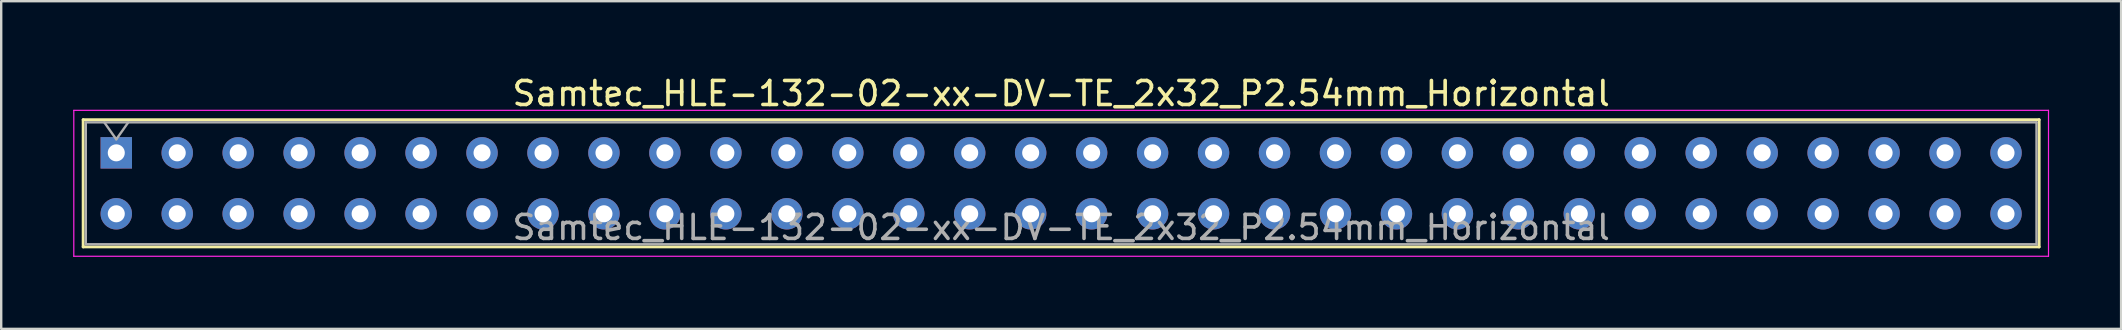
<source format=kicad_pcb>
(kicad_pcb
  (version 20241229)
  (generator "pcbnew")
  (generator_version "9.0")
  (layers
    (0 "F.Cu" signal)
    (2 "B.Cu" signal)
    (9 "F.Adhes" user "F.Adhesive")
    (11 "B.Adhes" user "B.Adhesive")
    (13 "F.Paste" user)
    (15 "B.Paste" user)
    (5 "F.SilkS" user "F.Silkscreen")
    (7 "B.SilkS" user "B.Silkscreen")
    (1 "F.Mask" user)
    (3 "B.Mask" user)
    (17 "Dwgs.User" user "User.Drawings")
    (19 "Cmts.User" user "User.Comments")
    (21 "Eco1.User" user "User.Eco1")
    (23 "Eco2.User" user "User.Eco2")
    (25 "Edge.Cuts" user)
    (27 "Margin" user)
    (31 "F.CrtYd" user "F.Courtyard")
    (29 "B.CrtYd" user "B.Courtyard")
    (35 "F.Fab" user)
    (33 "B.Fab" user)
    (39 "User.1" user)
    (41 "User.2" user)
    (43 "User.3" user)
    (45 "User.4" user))
  (footprint "Samtec_HLE-132-02-xx-DV-TE_2x32_P2.54mm_Horizontal"
    (layer "F.Cu")
    (at 1.795 3.318)
    (property "Reference" "Samtec_HLE-132-02-xx-DV-TE_2x32_P2.54mm_Horizontal" (at 39.37 -2.47 0) (layer "F.SilkS") (effects (font (size 1 1) (thickness 0.15))))
    (attr through_hole)
    (fp_line (start -1.38 -1.38) (end 80.12 -1.38) (stroke (width 0.12) (type solid)) (layer "F.SilkS"))
    (fp_line (start -1.38 3.92) (end -1.38 -1.38) (stroke (width 0.12) (type solid)) (layer "F.SilkS"))
    (fp_line (start 80.12 -1.38) (end 80.12 3.92) (stroke (width 0.12) (type solid)) (layer "F.SilkS"))
    (fp_line (start 80.12 3.92) (end -1.38 3.92) (stroke (width 0.12) (type solid)) (layer "F.SilkS"))
    (fp_line (start -1.77 -1.77) (end 80.51 -1.77) (stroke (width 0.05) (type solid)) (layer "F.CrtYd"))
    (fp_line (start -1.77 4.31) (end -1.77 -1.77) (stroke (width 0.05) (type solid)) (layer "F.CrtYd"))
    (fp_line (start 80.51 -1.77) (end 80.51 4.31) (stroke (width 0.05) (type solid)) (layer "F.CrtYd"))
    (fp_line (start 80.51 4.31) (end -1.77 4.31) (stroke (width 0.05) (type solid)) (layer "F.CrtYd"))
    (fp_line (start -1.27 -1.27) (end 80.01 -1.27) (stroke (width 0.1) (type solid)) (layer "F.Fab"))
    (fp_line (start -1.27 3.81) (end -1.27 -1.27) (stroke (width 0.1) (type solid)) (layer "F.Fab"))
    (fp_line (start -0.5 -1.27) (end 0 -0.563) (stroke (width 0.1) (type solid)) (layer "F.Fab"))
    (fp_line (start 0 -0.563) (end 0.5 -1.27) (stroke (width 0.1) (type solid)) (layer "F.Fab"))
    (fp_line (start 80.01 -1.27) (end 80.01 3.81) (stroke (width 0.1) (type solid)) (layer "F.Fab"))
    (fp_line (start 80.01 3.81) (end -1.27 3.81) (stroke (width 0.1) (type solid)) (layer "F.Fab"))
    (fp_text user "${REFERENCE}" (at 39.37 3.11 0) (layer "F.Fab") (effects (font (size 1 1) (thickness 0.15))))
    (pad "1" thru_hole rect (at 0 0) (size 1.31 1.31) (drill 0.71) (layers "*.Cu" "*.Mask"))
    (pad "2" thru_hole circle (at 0 2.54) (size 1.31 1.31) (drill 0.71) (layers "*.Cu" "*.Mask"))
    (pad "3" thru_hole circle (at 2.54 0) (size 1.31 1.31) (drill 0.71) (layers "*.Cu" "*.Mask"))
    (pad "4" thru_hole circle (at 2.54 2.54) (size 1.31 1.31) (drill 0.71) (layers "*.Cu" "*.Mask"))
    (pad "5" thru_hole circle (at 5.08 0) (size 1.31 1.31) (drill 0.71) (layers "*.Cu" "*.Mask"))
    (pad "6" thru_hole circle (at 5.08 2.54) (size 1.31 1.31) (drill 0.71) (layers "*.Cu" "*.Mask"))
    (pad "7" thru_hole circle (at 7.62 0) (size 1.31 1.31) (drill 0.71) (layers "*.Cu" "*.Mask"))
    (pad "8" thru_hole circle (at 7.62 2.54) (size 1.31 1.31) (drill 0.71) (layers "*.Cu" "*.Mask"))
    (pad "9" thru_hole circle (at 10.16 0) (size 1.31 1.31) (drill 0.71) (layers "*.Cu" "*.Mask"))
    (pad "10" thru_hole circle (at 10.16 2.54) (size 1.31 1.31) (drill 0.71) (layers "*.Cu" "*.Mask"))
    (pad "11" thru_hole circle (at 12.7 0) (size 1.31 1.31) (drill 0.71) (layers "*.Cu" "*.Mask"))
    (pad "12" thru_hole circle (at 12.7 2.54) (size 1.31 1.31) (drill 0.71) (layers "*.Cu" "*.Mask"))
    (pad "13" thru_hole circle (at 15.24 0) (size 1.31 1.31) (drill 0.71) (layers "*.Cu" "*.Mask"))
    (pad "14" thru_hole circle (at 15.24 2.54) (size 1.31 1.31) (drill 0.71) (layers "*.Cu" "*.Mask"))
    (pad "15" thru_hole circle (at 17.78 0) (size 1.31 1.31) (drill 0.71) (layers "*.Cu" "*.Mask"))
    (pad "16" thru_hole circle (at 17.78 2.54) (size 1.31 1.31) (drill 0.71) (layers "*.Cu" "*.Mask"))
    (pad "17" thru_hole circle (at 20.32 0) (size 1.31 1.31) (drill 0.71) (layers "*.Cu" "*.Mask"))
    (pad "18" thru_hole circle (at 20.32 2.54) (size 1.31 1.31) (drill 0.71) (layers "*.Cu" "*.Mask"))
    (pad "19" thru_hole circle (at 22.86 0) (size 1.31 1.31) (drill 0.71) (layers "*.Cu" "*.Mask"))
    (pad "20" thru_hole circle (at 22.86 2.54) (size 1.31 1.31) (drill 0.71) (layers "*.Cu" "*.Mask"))
    (pad "21" thru_hole circle (at 25.4 0) (size 1.31 1.31) (drill 0.71) (layers "*.Cu" "*.Mask"))
    (pad "22" thru_hole circle (at 25.4 2.54) (size 1.31 1.31) (drill 0.71) (layers "*.Cu" "*.Mask"))
    (pad "23" thru_hole circle (at 27.94 0) (size 1.31 1.31) (drill 0.71) (layers "*.Cu" "*.Mask"))
    (pad "24" thru_hole circle (at 27.94 2.54) (size 1.31 1.31) (drill 0.71) (layers "*.Cu" "*.Mask"))
    (pad "25" thru_hole circle (at 30.48 0) (size 1.31 1.31) (drill 0.71) (layers "*.Cu" "*.Mask"))
    (pad "26" thru_hole circle (at 30.48 2.54) (size 1.31 1.31) (drill 0.71) (layers "*.Cu" "*.Mask"))
    (pad "27" thru_hole circle (at 33.02 0) (size 1.31 1.31) (drill 0.71) (layers "*.Cu" "*.Mask"))
    (pad "28" thru_hole circle (at 33.02 2.54) (size 1.31 1.31) (drill 0.71) (layers "*.Cu" "*.Mask"))
    (pad "29" thru_hole circle (at 35.56 0) (size 1.31 1.31) (drill 0.71) (layers "*.Cu" "*.Mask"))
    (pad "30" thru_hole circle (at 35.56 2.54) (size 1.31 1.31) (drill 0.71) (layers "*.Cu" "*.Mask"))
    (pad "31" thru_hole circle (at 38.1 0) (size 1.31 1.31) (drill 0.71) (layers "*.Cu" "*.Mask"))
    (pad "32" thru_hole circle (at 38.1 2.54) (size 1.31 1.31) (drill 0.71) (layers "*.Cu" "*.Mask"))
    (pad "33" thru_hole circle (at 40.64 0) (size 1.31 1.31) (drill 0.71) (layers "*.Cu" "*.Mask"))
    (pad "34" thru_hole circle (at 40.64 2.54) (size 1.31 1.31) (drill 0.71) (layers "*.Cu" "*.Mask"))
    (pad "35" thru_hole circle (at 43.18 0) (size 1.31 1.31) (drill 0.71) (layers "*.Cu" "*.Mask"))
    (pad "36" thru_hole circle (at 43.18 2.54) (size 1.31 1.31) (drill 0.71) (layers "*.Cu" "*.Mask"))
    (pad "37" thru_hole circle (at 45.72 0) (size 1.31 1.31) (drill 0.71) (layers "*.Cu" "*.Mask"))
    (pad "38" thru_hole circle (at 45.72 2.54) (size 1.31 1.31) (drill 0.71) (layers "*.Cu" "*.Mask"))
    (pad "39" thru_hole circle (at 48.26 0) (size 1.31 1.31) (drill 0.71) (layers "*.Cu" "*.Mask"))
    (pad "40" thru_hole circle (at 48.26 2.54) (size 1.31 1.31) (drill 0.71) (layers "*.Cu" "*.Mask"))
    (pad "41" thru_hole circle (at 50.8 0) (size 1.31 1.31) (drill 0.71) (layers "*.Cu" "*.Mask"))
    (pad "42" thru_hole circle (at 50.8 2.54) (size 1.31 1.31) (drill 0.71) (layers "*.Cu" "*.Mask"))
    (pad "43" thru_hole circle (at 53.34 0) (size 1.31 1.31) (drill 0.71) (layers "*.Cu" "*.Mask"))
    (pad "44" thru_hole circle (at 53.34 2.54) (size 1.31 1.31) (drill 0.71) (layers "*.Cu" "*.Mask"))
    (pad "45" thru_hole circle (at 55.88 0) (size 1.31 1.31) (drill 0.71) (layers "*.Cu" "*.Mask"))
    (pad "46" thru_hole circle (at 55.88 2.54) (size 1.31 1.31) (drill 0.71) (layers "*.Cu" "*.Mask"))
    (pad "47" thru_hole circle (at 58.42 0) (size 1.31 1.31) (drill 0.71) (layers "*.Cu" "*.Mask"))
    (pad "48" thru_hole circle (at 58.42 2.54) (size 1.31 1.31) (drill 0.71) (layers "*.Cu" "*.Mask"))
    (pad "49" thru_hole circle (at 60.96 0) (size 1.31 1.31) (drill 0.71) (layers "*.Cu" "*.Mask"))
    (pad "50" thru_hole circle (at 60.96 2.54) (size 1.31 1.31) (drill 0.71) (layers "*.Cu" "*.Mask"))
    (pad "51" thru_hole circle (at 63.5 0) (size 1.31 1.31) (drill 0.71) (layers "*.Cu" "*.Mask"))
    (pad "52" thru_hole circle (at 63.5 2.54) (size 1.31 1.31) (drill 0.71) (layers "*.Cu" "*.Mask"))
    (pad "53" thru_hole circle (at 66.04 0) (size 1.31 1.31) (drill 0.71) (layers "*.Cu" "*.Mask"))
    (pad "54" thru_hole circle (at 66.04 2.54) (size 1.31 1.31) (drill 0.71) (layers "*.Cu" "*.Mask"))
    (pad "55" thru_hole circle (at 68.58 0) (size 1.31 1.31) (drill 0.71) (layers "*.Cu" "*.Mask"))
    (pad "56" thru_hole circle (at 68.58 2.54) (size 1.31 1.31) (drill 0.71) (layers "*.Cu" "*.Mask"))
    (pad "57" thru_hole circle (at 71.12 0) (size 1.31 1.31) (drill 0.71) (layers "*.Cu" "*.Mask"))
    (pad "58" thru_hole circle (at 71.12 2.54) (size 1.31 1.31) (drill 0.71) (layers "*.Cu" "*.Mask"))
    (pad "59" thru_hole circle (at 73.66 0) (size 1.31 1.31) (drill 0.71) (layers "*.Cu" "*.Mask"))
    (pad "60" thru_hole circle (at 73.66 2.54) (size 1.31 1.31) (drill 0.71) (layers "*.Cu" "*.Mask"))
    (pad "61" thru_hole circle (at 76.2 0) (size 1.31 1.31) (drill 0.71) (layers "*.Cu" "*.Mask"))
    (pad "62" thru_hole circle (at 76.2 2.54) (size 1.31 1.31) (drill 0.71) (layers "*.Cu" "*.Mask"))
    (pad "63" thru_hole circle (at 78.74 0) (size 1.31 1.31) (drill 0.71) (layers "*.Cu" "*.Mask"))
    (pad "64" thru_hole circle (at 78.74 2.54) (size 1.31 1.31) (drill 0.71) (layers "*.Cu" "*.Mask")))
  (gr_rect
    (start -3 -3)
    (end 85.33 10.653)
    (stroke (width 0.1) (type default))
    (fill no)
    (layer "Edge.Cuts")))
</source>
